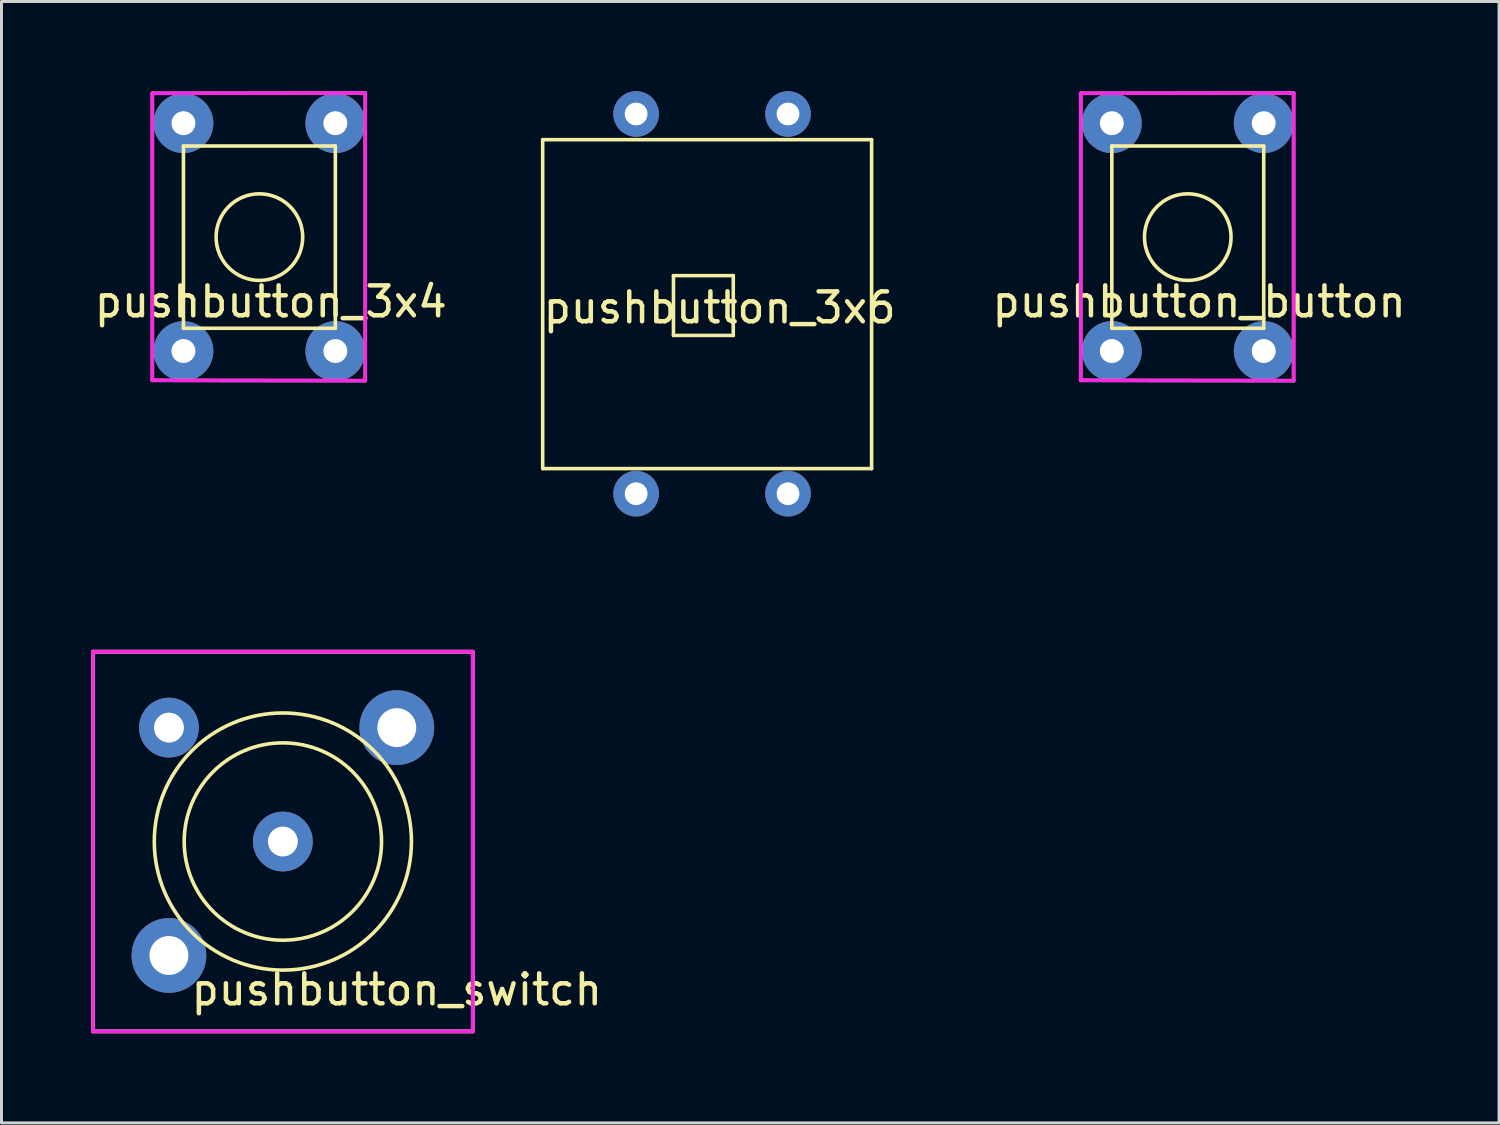
<source format=kicad_pcb>
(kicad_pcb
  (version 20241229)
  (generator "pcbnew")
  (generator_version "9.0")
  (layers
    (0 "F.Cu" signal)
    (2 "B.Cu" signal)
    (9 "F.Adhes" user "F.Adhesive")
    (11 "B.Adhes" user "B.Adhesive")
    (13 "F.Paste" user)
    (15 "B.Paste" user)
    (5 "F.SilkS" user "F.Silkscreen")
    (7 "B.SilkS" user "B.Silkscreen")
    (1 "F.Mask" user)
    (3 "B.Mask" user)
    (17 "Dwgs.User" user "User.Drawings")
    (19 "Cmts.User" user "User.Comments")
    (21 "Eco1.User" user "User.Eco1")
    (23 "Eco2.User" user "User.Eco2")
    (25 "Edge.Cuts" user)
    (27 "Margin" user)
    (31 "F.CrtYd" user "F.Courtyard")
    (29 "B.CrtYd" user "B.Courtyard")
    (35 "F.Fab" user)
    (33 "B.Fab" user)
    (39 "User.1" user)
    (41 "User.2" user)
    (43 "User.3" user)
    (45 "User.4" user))
  (footprint "pushbutton_switch"
    (layer "F.Cu")
    (at 6.41 17.474)
    (property "Reference" "pushbutton_switch" (at 3.81 12.573 0) (layer "F.SilkS") (effects (font (size 1 1) (thickness 0.15))))
    (attr through_hole)
    (fp_line (start -6.35 1.27) (end 6.35 1.27) (stroke (width 0.12) (type solid)) (layer "F.SilkS"))
    (fp_line (start -6.35 13.97) (end -6.35 1.27) (stroke (width 0.12) (type solid)) (layer "F.SilkS"))
    (fp_line (start 6.35 1.27) (end 6.35 13.97) (stroke (width 0.12) (type solid)) (layer "F.SilkS"))
    (fp_line (start 6.35 13.97) (end -6.35 13.97) (stroke (width 0.12) (type solid)) (layer "F.SilkS"))
    (fp_circle (center 0 7.62) (end 3.3 7.62) (stroke (width 0.12) (type solid)) (fill no) (layer "F.SilkS"))
    (fp_circle (center 0 7.62) (end 4.3 7.62) (stroke (width 0.12) (type solid)) (fill no) (layer "F.SilkS"))
    (fp_line (start -6.35 1.27) (end 6.35 1.27) (stroke (width 0.12) (type solid)) (layer "F.CrtYd"))
    (fp_line (start -6.35 13.97) (end -6.35 1.27) (stroke (width 0.12) (type solid)) (layer "F.CrtYd"))
    (fp_line (start 6.35 1.27) (end 6.35 13.97) (stroke (width 0.12) (type solid)) (layer "F.CrtYd"))
    (fp_line (start 6.35 13.97) (end -6.35 13.97) (stroke (width 0.12) (type solid)) (layer "F.CrtYd"))
    (fp_line (start -6.35 1.27) (end 6.35 1.27) (stroke (width 0.12) (type solid)) (layer "F.Fab"))
    (fp_line (start -6.35 13.97) (end -6.35 1.27) (stroke (width 0.12) (type solid)) (layer "F.Fab"))
    (fp_line (start 6.35 1.27) (end 6.35 13.97) (stroke (width 0.12) (type solid)) (layer "F.Fab"))
    (fp_line (start 6.35 13.97) (end -6.35 13.97) (stroke (width 0.12) (type solid)) (layer "F.Fab"))
    (pad "1" thru_hole circle (at -3.81 3.81) (size 2 2) (drill 1) (layers "*.Cu" "*.Mask"))
    (pad "2" thru_hole circle (at 3.81 3.81) (size 2.5 2.5) (drill 1.3) (layers "*.Cu" "*.Mask"))
    (pad "3" thru_hole circle (at -3.81 11.43) (size 2.5 2.5) (drill 1.3) (layers "*.Cu" "*.Mask"))
    (pad "4" thru_hole circle (at 0 7.62) (size 2 2) (drill 1) (layers "*.Cu" "*.Mask")))
  (footprint "pushbutton_3x6"
    (layer "F.Cu")
    (at 20.383 6.858)
    (property "Reference" "pushbutton_3x6" (at 0.635 0.381 0) (layer "F.SilkS") (effects (font (size 1 1) (thickness 0.15))))
    (attr through_hole)
    (fp_line (start -5.284 -5.237) (end 5.716 -5.237) (stroke (width 0.12) (type solid)) (layer "F.SilkS"))
    (fp_line (start -5.284 5.763) (end -5.284 -5.237) (stroke (width 0.12) (type solid)) (layer "F.SilkS"))
    (fp_line (start -0.91 -0.69) (end 1.09 -0.69) (stroke (width 0.12) (type solid)) (layer "F.SilkS"))
    (fp_line (start -0.91 1.31) (end -0.91 -0.69) (stroke (width 0.12) (type solid)) (layer "F.SilkS"))
    (fp_line (start 1.09 -0.69) (end 1.09 1.31) (stroke (width 0.12) (type solid)) (layer "F.SilkS"))
    (fp_line (start 1.09 1.31) (end -0.91 1.31) (stroke (width 0.12) (type solid)) (layer "F.SilkS"))
    (fp_line (start 5.716 -5.237) (end 5.716 5.763) (stroke (width 0.12) (type solid)) (layer "F.SilkS"))
    (fp_line (start 5.716 5.763) (end -5.284 5.763) (stroke (width 0.12) (type solid)) (layer "F.SilkS"))
    (pad "1" thru_hole circle (at -2.159 -6.096) (size 1.524 1.524) (drill 0.762) (layers "*.Cu" "*.Mask"))
    (pad "2" thru_hole circle (at 2.921 -6.096) (size 1.524 1.524) (drill 0.762) (layers "*.Cu" "*.Mask"))
    (pad "3" thru_hole circle (at -2.159 6.604) (size 1.524 1.524) (drill 0.762) (layers "*.Cu" "*.Mask"))
    (pad "4" thru_hole circle (at 2.921 6.604) (size 1.524 1.524) (drill 0.762) (layers "*.Cu" "*.Mask")))
  (footprint "pushbutton_button"
    (layer "F.Cu")
    (at 36.673 6.15)
    (property "Reference" "pushbutton_button" (at 0.381 0.889 0) (layer "F.SilkS") (effects (font (size 1 1) (thickness 0.15))))
    (attr through_hole)
    (fp_line (start -2.54 -4.318) (end 2.54 -4.318) (stroke (width 0.12) (type solid)) (layer "F.SilkS"))
    (fp_line (start -2.54 1.778) (end -2.54 -4.318) (stroke (width 0.12) (type solid)) (layer "F.SilkS"))
    (fp_line (start 2.54 -4.318) (end 2.54 1.778) (stroke (width 0.12) (type solid)) (layer "F.SilkS"))
    (fp_line (start 2.54 1.778) (end -2.54 1.778) (stroke (width 0.12) (type solid)) (layer "F.SilkS"))
    (fp_circle (center 0 -1.27) (end 1.143 -0.381) (stroke (width 0.12) (type solid)) (fill no) (layer "F.SilkS"))
    (fp_line (start -3.58 -6.08) (end -3.58 3.52) (stroke (width 0.12) (type solid)) (layer "F.CrtYd"))
    (fp_line (start -3.58 3.52) (end 3.54 3.53) (stroke (width 0.12) (type solid)) (layer "F.CrtYd"))
    (fp_line (start 3.54 -6.09) (end -3.58 -6.08) (stroke (width 0.12) (type solid)) (layer "F.CrtYd"))
    (fp_line (start 3.54 3.53) (end 3.54 -6.09) (stroke (width 0.12) (type solid)) (layer "F.CrtYd"))
    (fp_line (start -3.58 -6.08) (end -3.58 3.52) (stroke (width 0.12) (type solid)) (layer "F.Fab"))
    (fp_line (start -3.58 3.52) (end 3.54 3.53) (stroke (width 0.12) (type solid)) (layer "F.Fab"))
    (fp_line (start 3.54 -6.09) (end -3.58 -6.08) (stroke (width 0.12) (type solid)) (layer "F.Fab"))
    (fp_line (start 3.54 3.53) (end 3.54 -6.09) (stroke (width 0.12) (type solid)) (layer "F.Fab"))
    (pad "1" thru_hole circle (at 2.54 -5.08 270) (size 2 2) (drill 0.8) (layers "*.Cu" "*.Mask"))
    (pad "2" thru_hole circle (at -2.54 -5.08 270) (size 2 2) (drill 0.8) (layers "*.Cu" "*.Mask"))
    (pad "3" thru_hole circle (at 2.54 2.54 270) (size 2 2) (drill 0.8) (layers "*.Cu" "*.Mask"))
    (pad "4" thru_hole circle (at -2.54 2.54 270) (size 2 2) (drill 0.8) (layers "*.Cu" "*.Mask")))
  (footprint "pushbutton_3x4"
    (layer "F.Cu")
    (at 5.625 6.15)
    (property "Reference" "pushbutton_3x4" (at 0.381 0.889 0) (layer "F.SilkS") (effects (font (size 1 1) (thickness 0.15))))
    (attr through_hole)
    (fp_line (start -2.54 -4.318) (end 2.54 -4.318) (stroke (width 0.12) (type solid)) (layer "F.SilkS"))
    (fp_line (start -2.54 1.778) (end -2.54 -4.318) (stroke (width 0.12) (type solid)) (layer "F.SilkS"))
    (fp_line (start 2.54 -4.318) (end 2.54 1.778) (stroke (width 0.12) (type solid)) (layer "F.SilkS"))
    (fp_line (start 2.54 1.778) (end -2.54 1.778) (stroke (width 0.12) (type solid)) (layer "F.SilkS"))
    (fp_circle (center 0 -1.27) (end 1.143 -0.381) (stroke (width 0.12) (type solid)) (fill no) (layer "F.SilkS"))
    (fp_line (start -3.58 -6.08) (end -3.58 3.52) (stroke (width 0.12) (type solid)) (layer "F.CrtYd"))
    (fp_line (start -3.58 3.52) (end 3.54 3.53) (stroke (width 0.12) (type solid)) (layer "F.CrtYd"))
    (fp_line (start 3.54 -6.09) (end -3.58 -6.08) (stroke (width 0.12) (type solid)) (layer "F.CrtYd"))
    (fp_line (start 3.54 3.53) (end 3.54 -6.09) (stroke (width 0.12) (type solid)) (layer "F.CrtYd"))
    (fp_line (start -3.58 -6.08) (end -3.58 3.52) (stroke (width 0.12) (type solid)) (layer "F.Fab"))
    (fp_line (start -3.58 3.52) (end 3.54 3.53) (stroke (width 0.12) (type solid)) (layer "F.Fab"))
    (fp_line (start 3.54 -6.09) (end -3.58 -6.08) (stroke (width 0.12) (type solid)) (layer "F.Fab"))
    (fp_line (start 3.54 3.53) (end 3.54 -6.09) (stroke (width 0.12) (type solid)) (layer "F.Fab"))
    (pad "1" thru_hole circle (at 2.54 -5.08 270) (size 2 2) (drill 0.8) (layers "*.Cu" "*.Mask"))
    (pad "2" thru_hole circle (at -2.54 -5.08 270) (size 2 2) (drill 0.8) (layers "*.Cu" "*.Mask"))
    (pad "3" thru_hole circle (at 2.54 2.54 270) (size 2 2) (drill 0.8) (layers "*.Cu" "*.Mask"))
    (pad "4" thru_hole circle (at -2.54 2.54 270) (size 2 2) (drill 0.8) (layers "*.Cu" "*.Mask")))
  (gr_rect
    (start -3 -3)
    (end 47.083 34.504)
    (stroke (width 0.1) (type default))
    (fill no)
    (layer "Edge.Cuts")))
</source>
